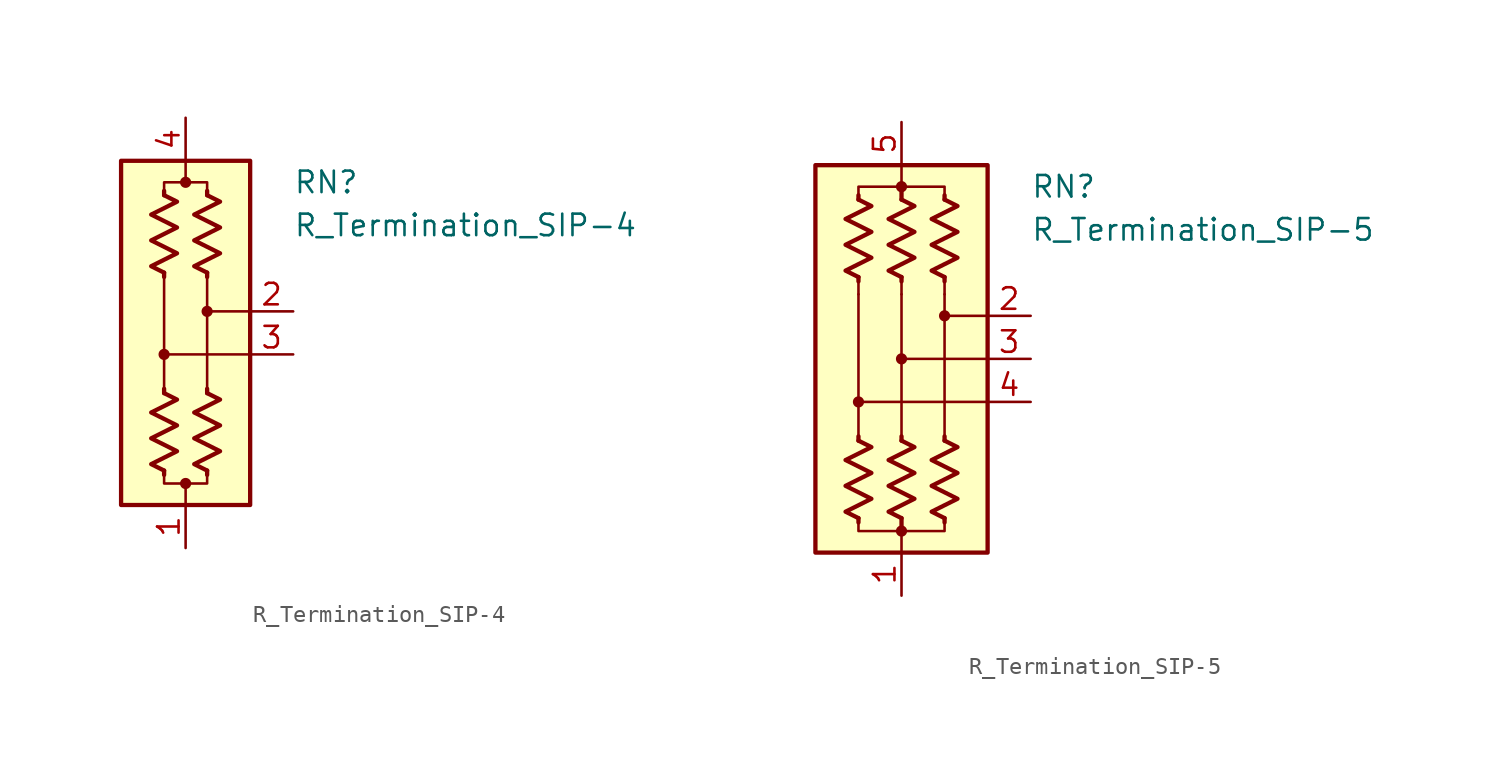
<source format=kicad_sym>
(kicad_symbol_lib
  (version 20220914)
  (generator kicad_symbol_editor)
  (symbol "R_Termination_SIP-4"
    (pin_names
      (offset 0.002) hide)
    (property "Reference" "RN"
      (at 6.35 8.89 0)
      (effects (font (size 1.27 1.27)) (justify left)))
    (property "Value" "R_Termination_SIP-4"
      (at 6.35 6.35 0)
      (effects (font (size 1.27 1.27)) (justify left)))
    (symbol "R_Termination_SIP-4_0_1"
      (rectangle (start -3.81 10.16) (end 3.81 -10.16) (stroke (width 0.254) (type default)) (fill (type background)))
      (circle (center -1.27 -1.27) (radius 0.254) (stroke (width 0) (type default)) (fill (type outline)))
      (circle (center 0 -8.89) (radius 0.254) (stroke (width 0) (type default)) (fill (type outline)))
      (polyline (pts (xy -1.27 -8.128) (xy -1.27 -8.382)) (stroke (width 0.254) (type default)) (fill (type none)))
      (polyline (pts (xy -1.27 -3.556) (xy -1.27 -3.302)) (stroke (width 0.254) (type default)) (fill (type none)))
      (polyline (pts (xy -1.27 3.556) (xy -1.27 -3.556)) (stroke (width 0.152) (type default)) (fill (type none)))
      (polyline (pts (xy -1.27 3.556) (xy -1.27 3.302)) (stroke (width 0.254) (type default)) (fill (type none)))
      (polyline (pts (xy -1.27 8.128) (xy -1.27 8.382)) (stroke (width 0.254) (type default)) (fill (type none)))
      (polyline (pts (xy 0 -10.16) (xy 0 -8.89)) (stroke (width 0) (type default)) (fill (type none)))
      (polyline (pts (xy 0 10.16) (xy 0 8.89)) (stroke (width 0) (type default)) (fill (type none)))
      (polyline (pts (xy 1.27 -8.128) (xy 1.27 -8.382)) (stroke (width 0.254) (type default)) (fill (type none)))
      (polyline (pts (xy 1.27 -3.556) (xy 1.27 -3.302)) (stroke (width 0.254) (type default)) (fill (type none)))
      (polyline (pts (xy 1.27 3.302) (xy 1.27 -3.556)) (stroke (width 0.152) (type default)) (fill (type none)))
      (polyline (pts (xy 1.27 3.556) (xy 1.27 3.302)) (stroke (width 0.254) (type default)) (fill (type none)))
      (polyline (pts (xy 1.27 8.128) (xy 1.27 8.382)) (stroke (width 0.254) (type default)) (fill (type none)))
      (polyline (pts (xy 3.81 -1.27) (xy -1.27 -1.27)) (stroke (width 0.152) (type default)) (fill (type none)))
      (polyline (pts (xy 3.81 1.27) (xy 1.27 1.27)) (stroke (width 0.152) (type default)) (fill (type none)))
      (polyline (pts (xy -1.27 8.128) (xy -1.27 8.89) (xy 1.27 8.89) (xy 1.27 8.128)) (stroke (width 0) (type default)) (fill (type none)))
      (polyline (pts (xy 1.27 -8.128) (xy 1.27 -8.89) (xy -1.27 -8.89) (xy -1.27 -8.128)) (stroke (width 0) (type default)) (fill (type none)))
      (polyline (pts (xy -1.27 -3.556) (xy -0.508 -3.937) (xy -2.032 -4.699) (xy -1.27 -5.08) (xy -0.508 -5.461) (xy -1.27 -5.842) (xy -2.032 -6.223) (xy -1.27 -6.604) (xy -0.508 -6.985) (xy -1.27 -7.366) (xy -2.032 -7.747) (xy -1.27 -8.128)) (stroke (width 0.254) (type default)) (fill (type none)))
      (polyline (pts (xy -1.27 8.128) (xy -0.508 7.747) (xy -2.032 6.985) (xy -1.27 6.604) (xy -0.508 6.223) (xy -1.27 5.842) (xy -2.032 5.461) (xy -1.27 5.08) (xy -0.508 4.699) (xy -1.27 4.318) (xy -2.032 3.937) (xy -1.27 3.556)) (stroke (width 0.254) (type default)) (fill (type none)))
      (polyline (pts (xy 1.27 -3.556) (xy 2.032 -3.937) (xy 0.508 -4.699) (xy 1.27 -5.08) (xy 2.032 -5.461) (xy 1.27 -5.842) (xy 0.508 -6.223) (xy 1.27 -6.604) (xy 2.032 -6.985) (xy 1.27 -7.366) (xy 0.508 -7.747) (xy 1.27 -8.128)) (stroke (width 0.254) (type default)) (fill (type none)))
      (polyline (pts (xy 1.27 8.128) (xy 2.032 7.747) (xy 0.508 6.985) (xy 1.27 6.604) (xy 2.032 6.223) (xy 1.27 5.842) (xy 0.508 5.461) (xy 1.27 5.08) (xy 2.032 4.699) (xy 1.27 4.318) (xy 0.508 3.937) (xy 1.27 3.556)) (stroke (width 0.254) (type default)) (fill (type none)))
      (circle (center 0 8.89) (radius 0.254) (stroke (width 0) (type default)) (fill (type outline)))
      (circle (center 1.27 1.27) (radius 0.254) (stroke (width 0) (type default)) (fill (type outline))))
    (symbol "R_Termination_SIP-4_1_1"
      (pin passive line (at 0 -12.7 90) (length 2.54) (name "common" (effects (font (size 1.27 1.27)))) (number "1" (effects (font (size 1.27 1.27)))))
      (pin passive line (at 6.35 1.27 180) (length 2.54) (name "R2" (effects (font (size 1.27 1.27)))) (number "2" (effects (font (size 1.27 1.27)))))
      (pin passive line (at 6.35 -1.27 180) (length 2.54) (name "R3" (effects (font (size 1.27 1.27)))) (number "3" (effects (font (size 1.27 1.27)))))
      (pin passive line (at 0 12.7 270) (length 2.54) (name "common" (effects (font (size 1.27 1.27)))) (number "4" (effects (font (size 1.27 1.27)))))))
  (symbol "R_Termination_SIP-5"
    (pin_names
      (offset 0.002) hide)
    (property "Reference" "RN"
      (at 7.62 10.16 0)
      (effects (font (size 1.27 1.27)) (justify left)))
    (property "Value" "R_Termination_SIP-5"
      (at 7.62 7.62 0)
      (effects (font (size 1.27 1.27)) (justify left)))
    (symbol "R_Termination_SIP-5_0_1"
      (rectangle (start -5.08 11.43) (end 5.08 -11.43) (stroke (width 0.254) (type default)) (fill (type background)))
      (circle (center -2.54 -2.54) (radius 0.254) (stroke (width 0) (type default)) (fill (type outline)))
      (circle (center 0 -10.16) (radius 0.254) (stroke (width 0) (type default)) (fill (type outline)))
      (polyline (pts (xy -2.54 -9.398) (xy -2.54 -9.652)) (stroke (width 0.254) (type default)) (fill (type none)))
      (polyline (pts (xy -2.54 -4.826) (xy -2.54 -4.572)) (stroke (width 0.254) (type default)) (fill (type none)))
      (polyline (pts (xy -2.54 3.81) (xy -2.54 -4.826)) (stroke (width 0.152) (type default)) (fill (type none)))
      (polyline (pts (xy -2.54 4.826) (xy -2.54 3.81)) (stroke (width 0) (type default)) (fill (type none)))
      (polyline (pts (xy -2.54 4.826) (xy -2.54 4.572)) (stroke (width 0.254) (type default)) (fill (type none)))
      (polyline (pts (xy -2.54 9.398) (xy -2.54 9.652)) (stroke (width 0.254) (type default)) (fill (type none)))
      (polyline (pts (xy 0 -11.43) (xy 0 -10.16)) (stroke (width 0) (type default)) (fill (type none)))
      (polyline (pts (xy 0 -9.398) (xy 0 -10.16)) (stroke (width 0.254) (type default)) (fill (type none)))
      (polyline (pts (xy 0 -4.826) (xy 0 -4.572)) (stroke (width 0.254) (type default)) (fill (type none)))
      (polyline (pts (xy 0 3.81) (xy 0 -4.826)) (stroke (width 0.152) (type default)) (fill (type none)))
      (polyline (pts (xy 0 4.826) (xy 0 3.81)) (stroke (width 0) (type default)) (fill (type none)))
      (polyline (pts (xy 0 4.826) (xy 0 4.572)) (stroke (width 0.254) (type default)) (fill (type none)))
      (polyline (pts (xy 0 9.398) (xy 0 10.16)) (stroke (width 0.254) (type default)) (fill (type none)))
      (polyline (pts (xy 0 11.43) (xy 0 10.16)) (stroke (width 0) (type default)) (fill (type none)))
      (polyline (pts (xy 2.54 -9.398) (xy 2.54 -9.652)) (stroke (width 0.254) (type default)) (fill (type none)))
      (polyline (pts (xy 2.54 -4.826) (xy 2.54 -4.572)) (stroke (width 0.254) (type default)) (fill (type none)))
      (polyline (pts (xy 2.54 3.81) (xy 2.54 -4.826)) (stroke (width 0.152) (type default)) (fill (type none)))
      (polyline (pts (xy 2.54 4.826) (xy 2.54 3.81)) (stroke (width 0) (type default)) (fill (type none)))
      (polyline (pts (xy 2.54 4.826) (xy 2.54 4.572)) (stroke (width 0.254) (type default)) (fill (type none)))
      (polyline (pts (xy 2.54 9.398) (xy 2.54 9.652)) (stroke (width 0.254) (type default)) (fill (type none)))
      (polyline (pts (xy 5.08 -2.54) (xy -2.54 -2.54)) (stroke (width 0.152) (type default)) (fill (type none)))
      (polyline (pts (xy 5.08 0) (xy 0 0)) (stroke (width 0.152) (type default)) (fill (type none)))
      (polyline (pts (xy 5.08 2.54) (xy 2.54 2.54)) (stroke (width 0.152) (type default)) (fill (type none)))
      (polyline (pts (xy -2.54 9.398) (xy -2.54 10.16) (xy 0 10.16) (xy 0 9.398)) (stroke (width 0) (type default)) (fill (type none)))
      (polyline (pts (xy 0 -9.398) (xy 0 -10.16) (xy -2.54 -10.16) (xy -2.54 -9.398)) (stroke (width 0) (type default)) (fill (type none)))
      (polyline (pts (xy 0 9.398) (xy 0 10.16) (xy 2.54 10.16) (xy 2.54 9.398)) (stroke (width 0) (type default)) (fill (type none)))
      (polyline (pts (xy 2.54 -9.398) (xy 2.54 -10.16) (xy 0 -10.16) (xy 0 -9.398)) (stroke (width 0) (type default)) (fill (type none)))
      (polyline (pts (xy -2.54 -4.826) (xy -1.778 -5.207) (xy -3.302 -5.969) (xy -2.54 -6.35) (xy -1.778 -6.731) (xy -2.54 -7.112) (xy -3.302 -7.493) (xy -2.54 -7.874) (xy -1.778 -8.255) (xy -2.54 -8.636) (xy -3.302 -9.017) (xy -2.54 -9.398)) (stroke (width 0.254) (type default)) (fill (type none)))
      (polyline (pts (xy -2.54 9.398) (xy -1.778 9.017) (xy -3.302 8.255) (xy -2.54 7.874) (xy -1.778 7.493) (xy -2.54 7.112) (xy -3.302 6.731) (xy -2.54 6.35) (xy -1.778 5.969) (xy -2.54 5.588) (xy -3.302 5.207) (xy -2.54 4.826)) (stroke (width 0.254) (type default)) (fill (type none)))
      (polyline (pts (xy 0 -4.826) (xy 0.762 -5.207) (xy -0.762 -5.969) (xy 0 -6.35) (xy 0.762 -6.731) (xy 0 -7.112) (xy -0.762 -7.493) (xy 0 -7.874) (xy 0.762 -8.255) (xy 0 -8.636) (xy -0.762 -9.017) (xy 0 -9.398)) (stroke (width 0.254) (type default)) (fill (type none)))
      (polyline (pts (xy 0 9.398) (xy 0.762 9.017) (xy -0.762 8.255) (xy 0 7.874) (xy 0.762 7.493) (xy 0 7.112) (xy -0.762 6.731) (xy 0 6.35) (xy 0.762 5.969) (xy 0 5.588) (xy -0.762 5.207) (xy 0 4.826)) (stroke (width 0.254) (type default)) (fill (type none)))
      (polyline (pts (xy 2.54 -4.826) (xy 3.302 -5.207) (xy 1.778 -5.969) (xy 2.54 -6.35) (xy 3.302 -6.731) (xy 2.54 -7.112) (xy 1.778 -7.493) (xy 2.54 -7.874) (xy 3.302 -8.255) (xy 2.54 -8.636) (xy 1.778 -9.017) (xy 2.54 -9.398)) (stroke (width 0.254) (type default)) (fill (type none)))
      (polyline (pts (xy 2.54 9.398) (xy 3.302 9.017) (xy 1.778 8.255) (xy 2.54 7.874) (xy 3.302 7.493) (xy 2.54 7.112) (xy 1.778 6.731) (xy 2.54 6.35) (xy 3.302 5.969) (xy 2.54 5.588) (xy 1.778 5.207) (xy 2.54 4.826)) (stroke (width 0.254) (type default)) (fill (type none)))
      (circle (center 0 0) (radius 0.254) (stroke (width 0) (type default)) (fill (type outline)))
      (circle (center 0 10.16) (radius 0.254) (stroke (width 0) (type default)) (fill (type outline)))
      (circle (center 2.54 2.54) (radius 0.254) (stroke (width 0) (type default)) (fill (type outline))))
    (symbol "R_Termination_SIP-5_1_1"
      (pin passive line (at 0 -13.97 90) (length 2.54) (name "common" (effects (font (size 1.27 1.27)))) (number "1" (effects (font (size 1.27 1.27)))))
      (pin passive line (at 7.62 2.54 180) (length 2.54) (name "R2" (effects (font (size 1.27 1.27)))) (number "2" (effects (font (size 1.27 1.27)))))
      (pin passive line (at 7.62 0 180) (length 2.54) (name "R3" (effects (font (size 1.27 1.27)))) (number "3" (effects (font (size 1.27 1.27)))))
      (pin passive line (at 7.62 -2.54 180) (length 2.54) (name "R4" (effects (font (size 1.27 1.27)))) (number "4" (effects (font (size 1.27 1.27)))))
      (pin passive line (at 0 13.97 270) (length 2.54) (name "common" (effects (font (size 1.27 1.27)))) (number "5" (effects (font (size 1.27 1.27))))))))
</source>
